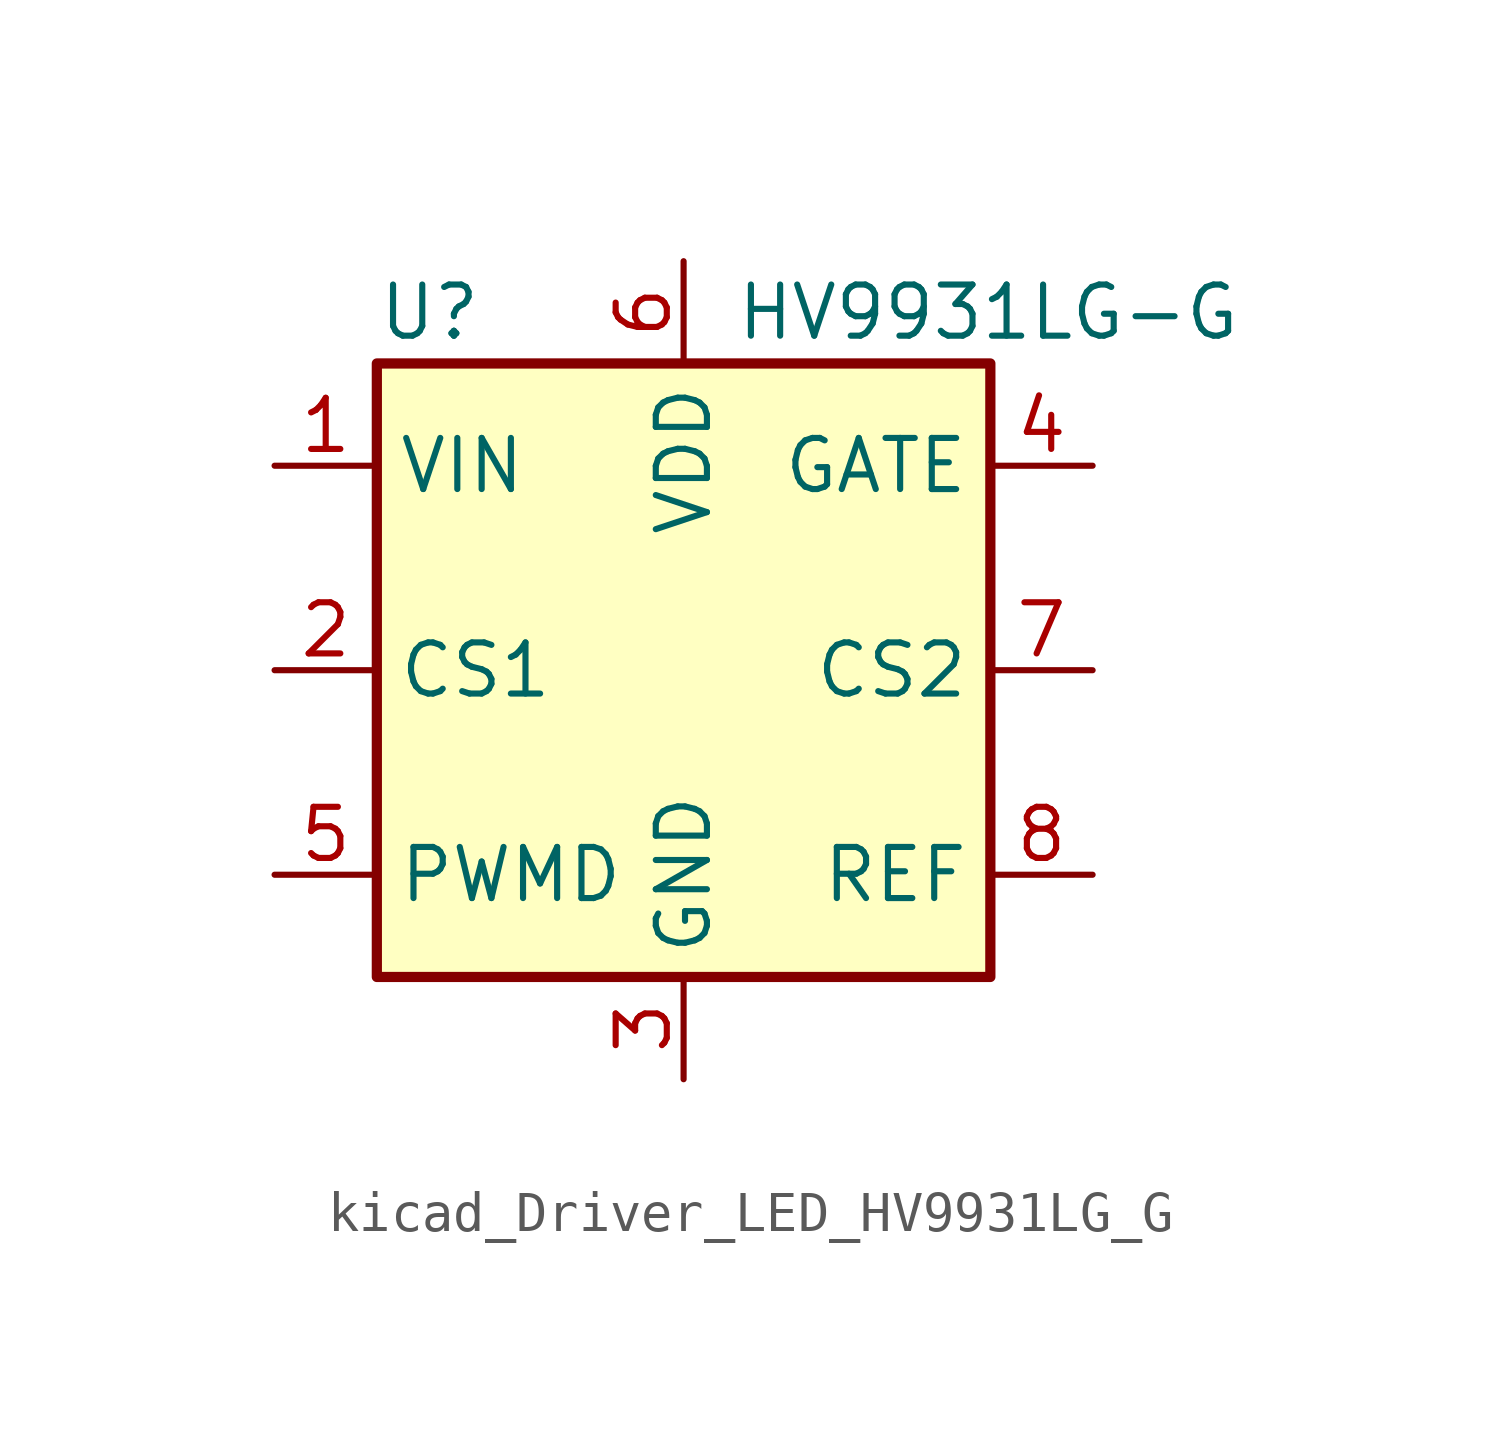
<source format=kicad_sym>
(kicad_symbol_lib
  (version 20220914)
  (generator kicad_symbol_editor)
  (symbol "kicad_Driver_LED_HV9931LG_G"
    (property "Reference" "U"
      (at -7.62 8.89 0)
      (effects (font (size 1.27 1.27)) (justify left)))
    (property "Value" "HV9931LG-G"
      (at 1.27 8.89 0)
      (effects (font (size 1.27 1.27)) (justify left)))
    (symbol "kicad_Driver_LED_HV9931LG_G_0_1"
      (rectangle (start -7.62 7.62) (end 7.62 -7.62) (stroke (width 0.254) (type default)) (fill (type background))))
    (symbol "kicad_Driver_LED_HV9931LG_G_1_1"
      (pin power_in line (at -10.16 5.08 0) (length 2.54) (name "VIN" (effects (font (size 1.27 1.27)))) (number "1" (effects (font (size 1.27 1.27)))))
      (pin input line (at -10.16 0 0) (length 2.54) (name "CS1" (effects (font (size 1.27 1.27)))) (number "2" (effects (font (size 1.27 1.27)))))
      (pin power_in line (at 0 -10.16 90) (length 2.54) (name "GND" (effects (font (size 1.27 1.27)))) (number "3" (effects (font (size 1.27 1.27)))))
      (pin output line (at 10.16 5.08 180) (length 2.54) (name "GATE" (effects (font (size 1.27 1.27)))) (number "4" (effects (font (size 1.27 1.27)))))
      (pin output line (at -10.16 -5.08 0) (length 2.54) (name "PWMD" (effects (font (size 1.27 1.27)))) (number "5" (effects (font (size 1.27 1.27)))))
      (pin power_out line (at 0 10.16 270) (length 2.54) (name "VDD" (effects (font (size 1.27 1.27)))) (number "6" (effects (font (size 1.27 1.27)))))
      (pin input line (at 10.16 0 180) (length 2.54) (name "CS2" (effects (font (size 1.27 1.27)))) (number "7" (effects (font (size 1.27 1.27)))))
      (pin input line (at 10.16 -5.08 180) (length 2.54) (name "REF" (effects (font (size 1.27 1.27)))) (number "8" (effects (font (size 1.27 1.27))))))))
</source>
